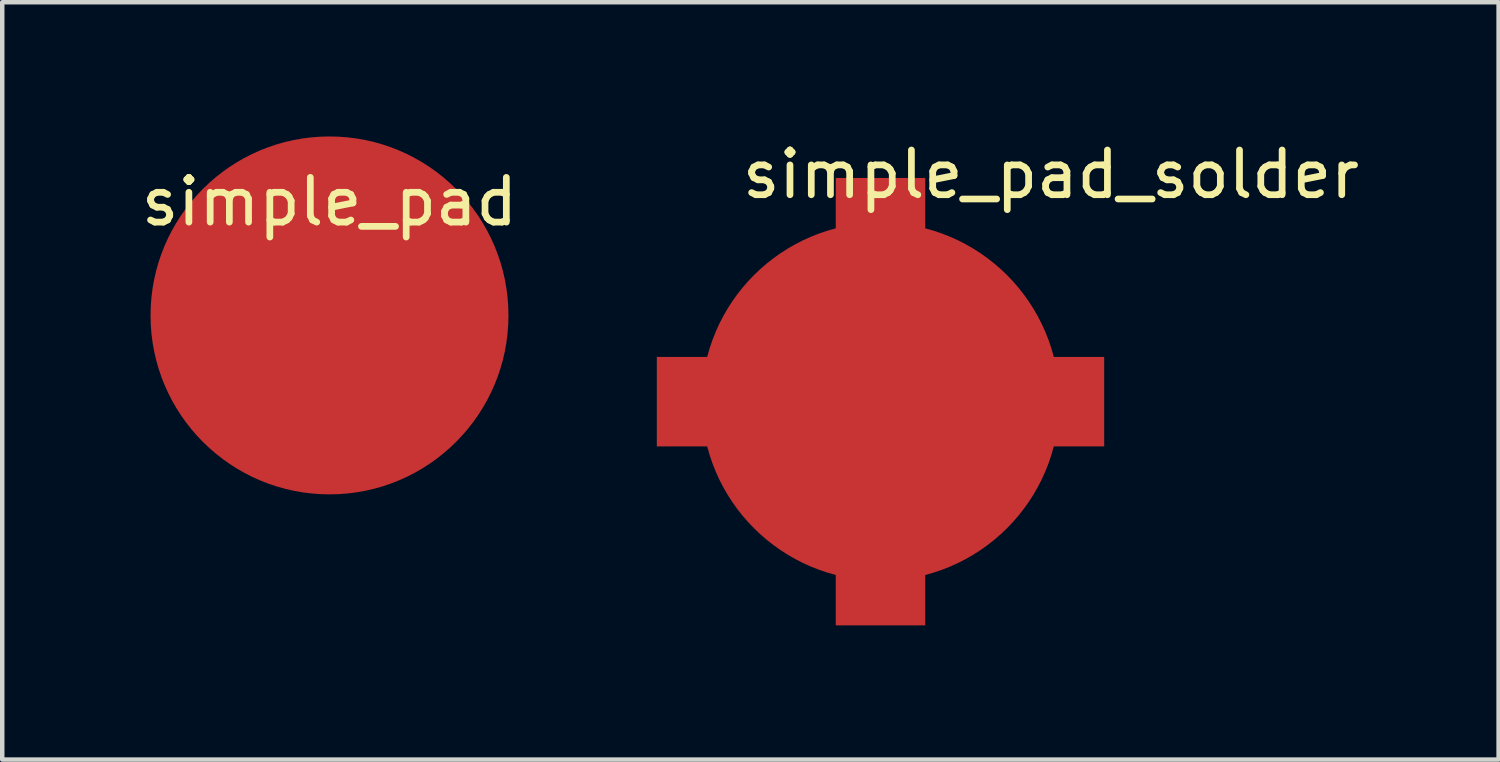
<source format=kicad_pcb>
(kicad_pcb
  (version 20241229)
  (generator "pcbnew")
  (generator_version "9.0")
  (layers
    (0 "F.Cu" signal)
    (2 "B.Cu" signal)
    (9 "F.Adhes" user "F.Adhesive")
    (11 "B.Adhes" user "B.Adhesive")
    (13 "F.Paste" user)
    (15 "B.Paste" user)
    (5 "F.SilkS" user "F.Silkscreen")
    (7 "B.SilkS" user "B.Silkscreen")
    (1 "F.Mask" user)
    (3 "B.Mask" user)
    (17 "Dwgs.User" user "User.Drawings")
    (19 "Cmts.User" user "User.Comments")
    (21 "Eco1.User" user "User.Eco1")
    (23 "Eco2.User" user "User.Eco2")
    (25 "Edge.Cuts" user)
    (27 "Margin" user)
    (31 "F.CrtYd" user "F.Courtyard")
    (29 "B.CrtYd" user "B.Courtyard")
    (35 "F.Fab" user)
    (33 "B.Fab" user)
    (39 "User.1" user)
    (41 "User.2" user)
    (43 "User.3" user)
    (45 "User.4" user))
  (footprint "simple_pad"
    (layer "F.Cu")
    (at 4.315 4)
    (property "Reference" "simple_pad" (at 0 -2.54 0) (layer "F.SilkS") (effects (font (size 1 1) (thickness 0.15))))
    (attr through_hole)
    (pad "1" smd circle (at 0 0) (size 8 8) (layers "F.Cu" "F.Mask" "F.Paste")))
  (footprint "simple_pad_solder"
    (layer "F.Cu")
    (at 16.631 5.928)
    (property "Reference" "simple_pad_solder" (at 3.81 -5.08 0) (layer "F.SilkS") (effects (font (size 1 1) (thickness 0.15))))
    (attr through_hole)
    (pad "1" smd rect (at -3 0 90) (size 2 4) (layers "F.Cu" "F.Mask" "F.Paste"))
    (pad "1" smd rect (at 0 -3 180) (size 2 4) (layers "F.Cu" "F.Mask" "F.Paste"))
    (pad "1" smd circle (at 0 0) (size 8 8) (layers "F.Cu" "F.Mask" "F.Paste"))
    (pad "1" smd rect (at 0 3 180) (size 2 4) (layers "F.Cu" "F.Mask" "F.Paste"))
    (pad "1" smd rect (at 3 0 90) (size 2 4) (layers "F.Cu" "F.Mask" "F.Paste")))
  (gr_rect
    (start -3 -3)
    (end 30.447 13.928)
    (stroke (width 0.1) (type default))
    (fill no)
    (layer "Edge.Cuts")))
</source>
